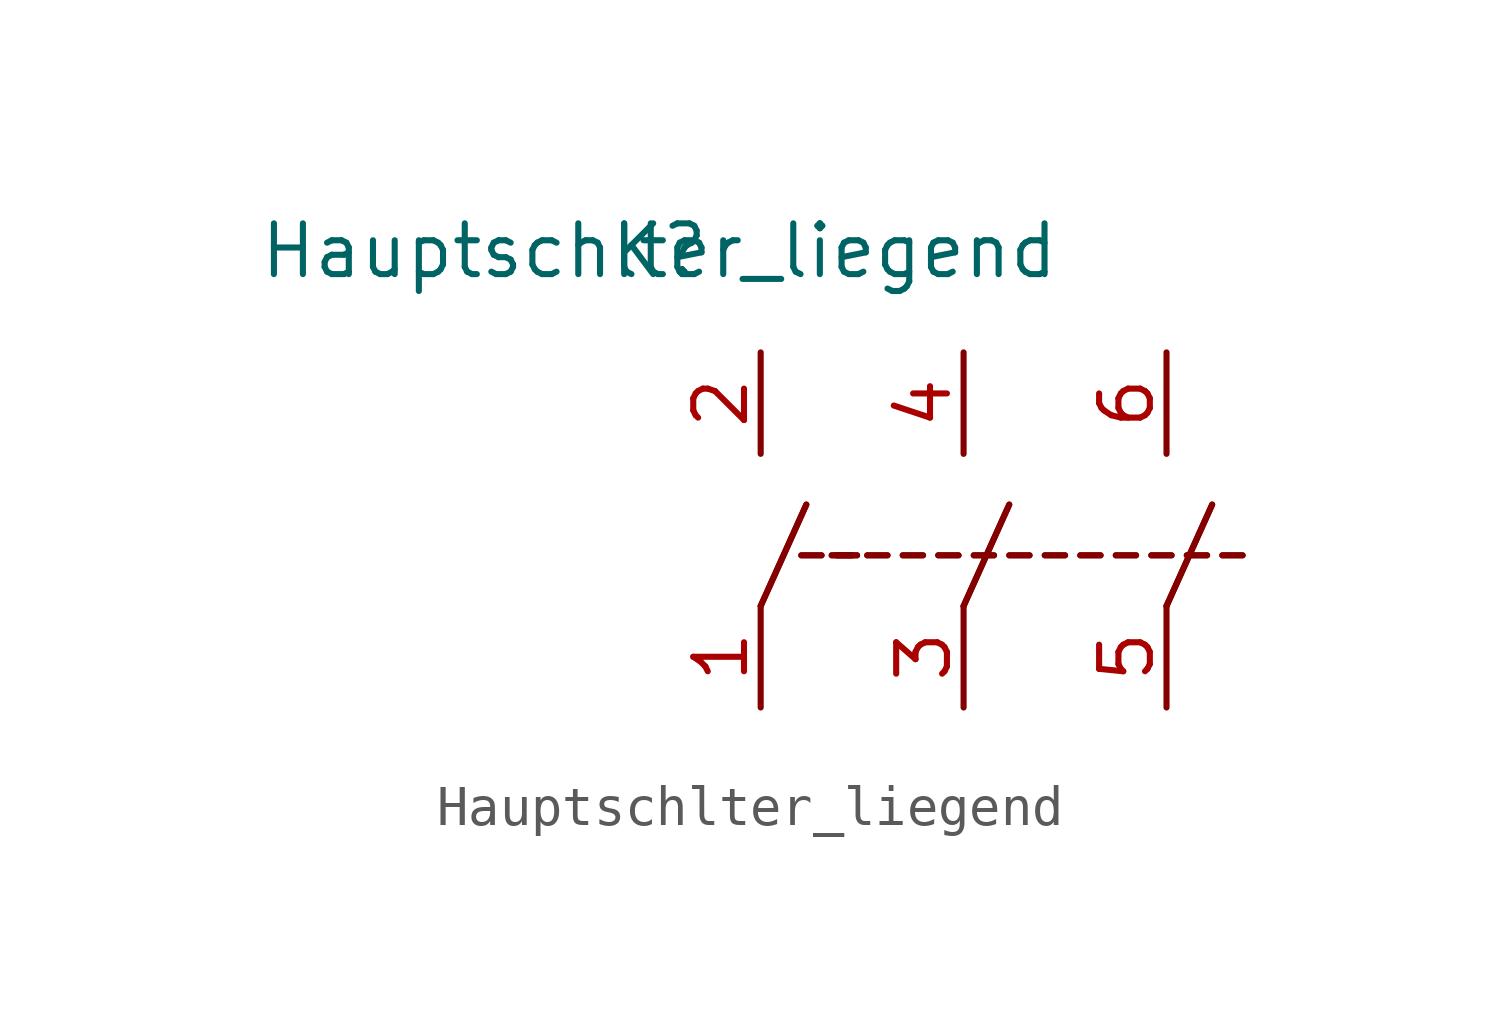
<source format=kicad_sym>
(kicad_symbol_lib
  (version 20231120)
  (generator "kicad_symbol_editor")
  (generator_version "8.0")
  (symbol "Hauptschlter_liegend"
    (pin_names
      (offset 1.016))
    (property "Reference" "K"
      (at 0 0 0)
      (effects (font (size 1.27 1.27))))
    (property "Value" "Hauptschlter_liegend"
      (at 0 0 0)
      (effects (font (size 1.27 1.27))))
    (symbol "Hauptschlter_liegend_1_1"
      (polyline (pts (xy 2.54 -8.89) (xy 3.683 -6.35)) (stroke (width 0) (type solid)) (fill (type none)))
      (polyline (pts (xy 2.54 -8.89) (xy 3.683 -6.35)) (stroke (width 0) (type solid)) (fill (type none)))
      (polyline (pts (xy 7.62 -8.89) (xy 8.763 -6.35)) (stroke (width 0) (type solid)) (fill (type none)))
      (polyline (pts (xy 7.62 -8.89) (xy 8.763 -6.35)) (stroke (width 0) (type solid)) (fill (type none)))
      (polyline (pts (xy 12.7 -8.89) (xy 13.843 -6.35)) (stroke (width 0) (type solid)) (fill (type none)))
      (polyline (pts (xy 12.7 -8.89) (xy 13.843 -6.35)) (stroke (width 0) (type solid)) (fill (type none)))
      (rectangle (start 3.556 -7.62) (end 4.064 -7.62) (stroke (width 0) (type solid)) (fill (type none)))
      (rectangle (start 3.556 -7.62) (end 4.064 -7.62) (stroke (width 0) (type solid)) (fill (type none)))
      (rectangle (start 4.318 -7.62) (end 4.826 -7.62) (stroke (width 0) (type solid)) (fill (type none)))
      (rectangle (start 4.318 -7.62) (end 4.826 -7.62) (stroke (width 0) (type solid)) (fill (type none)))
      (rectangle (start 4.445 -7.62) (end 4.953 -7.62) (stroke (width 0) (type solid)) (fill (type none)))
      (rectangle (start 4.445 -7.62) (end 4.953 -7.62) (stroke (width 0) (type solid)) (fill (type none)))
      (rectangle (start 5.207 -7.62) (end 5.715 -7.62) (stroke (width 0) (type solid)) (fill (type none)))
      (rectangle (start 5.207 -7.62) (end 5.715 -7.62) (stroke (width 0) (type solid)) (fill (type none)))
      (rectangle (start 6.096 -7.62) (end 6.604 -7.62) (stroke (width 0) (type solid)) (fill (type none)))
      (rectangle (start 6.096 -7.62) (end 6.604 -7.62) (stroke (width 0) (type solid)) (fill (type none)))
      (rectangle (start 6.985 -7.62) (end 7.493 -7.62) (stroke (width 0) (type solid)) (fill (type none)))
      (rectangle (start 6.985 -7.62) (end 7.493 -7.62) (stroke (width 0) (type solid)) (fill (type none)))
      (rectangle (start 7.874 -7.62) (end 8.382 -7.62) (stroke (width 0) (type solid)) (fill (type none)))
      (rectangle (start 7.874 -7.62) (end 8.382 -7.62) (stroke (width 0) (type solid)) (fill (type none)))
      (rectangle (start 8.763 -7.62) (end 9.271 -7.62) (stroke (width 0) (type solid)) (fill (type none)))
      (rectangle (start 8.763 -7.62) (end 9.271 -7.62) (stroke (width 0) (type solid)) (fill (type none)))
      (rectangle (start 9.652 -7.62) (end 10.16 -7.62) (stroke (width 0) (type solid)) (fill (type none)))
      (rectangle (start 9.652 -7.62) (end 10.16 -7.62) (stroke (width 0) (type solid)) (fill (type none)))
      (rectangle (start 10.541 -7.62) (end 11.049 -7.62) (stroke (width 0) (type solid)) (fill (type none)))
      (rectangle (start 10.541 -7.62) (end 11.049 -7.62) (stroke (width 0) (type solid)) (fill (type none)))
      (rectangle (start 11.43 -7.62) (end 11.938 -7.62) (stroke (width 0) (type solid)) (fill (type none)))
      (rectangle (start 11.43 -7.62) (end 11.938 -7.62) (stroke (width 0) (type solid)) (fill (type none)))
      (rectangle (start 12.319 -7.62) (end 12.827 -7.62) (stroke (width 0) (type solid)) (fill (type none)))
      (rectangle (start 12.319 -7.62) (end 12.827 -7.62) (stroke (width 0) (type solid)) (fill (type none)))
      (rectangle (start 13.208 -7.62) (end 13.716 -7.62) (stroke (width 0) (type solid)) (fill (type none)))
      (rectangle (start 13.208 -7.62) (end 13.716 -7.62) (stroke (width 0) (type solid)) (fill (type none)))
      (rectangle (start 14.097 -7.62) (end 14.605 -7.62) (stroke (width 0) (type solid)) (fill (type none)))
      (rectangle (start 14.097 -7.62) (end 14.605 -7.62) (stroke (width 0) (type solid)) (fill (type none)))
      (pin input line (at 2.54 -11.43 90) (length 2.54) (name "~" (effects (font (size 1.27 1.27)))) (number "1" (effects (font (size 1.27 1.27)))))
      (pin input line (at 2.54 -2.54 270) (length 2.54) (name "~" (effects (font (size 1.27 1.27)))) (number "2" (effects (font (size 1.27 1.27)))))
      (pin input line (at 7.62 -11.43 90) (length 2.54) (name "~" (effects (font (size 1.27 1.27)))) (number "3" (effects (font (size 1.27 1.27)))))
      (pin input line (at 7.62 -2.54 270) (length 2.54) (name "~" (effects (font (size 1.27 1.27)))) (number "4" (effects (font (size 1.27 1.27)))))
      (pin input line (at 12.7 -11.43 90) (length 2.54) (name "~" (effects (font (size 1.27 1.27)))) (number "5" (effects (font (size 1.27 1.27)))))
      (pin input line (at 12.7 -2.54 270) (length 2.54) (name "~" (effects (font (size 1.27 1.27)))) (number "6" (effects (font (size 1.27 1.27))))))))
</source>
